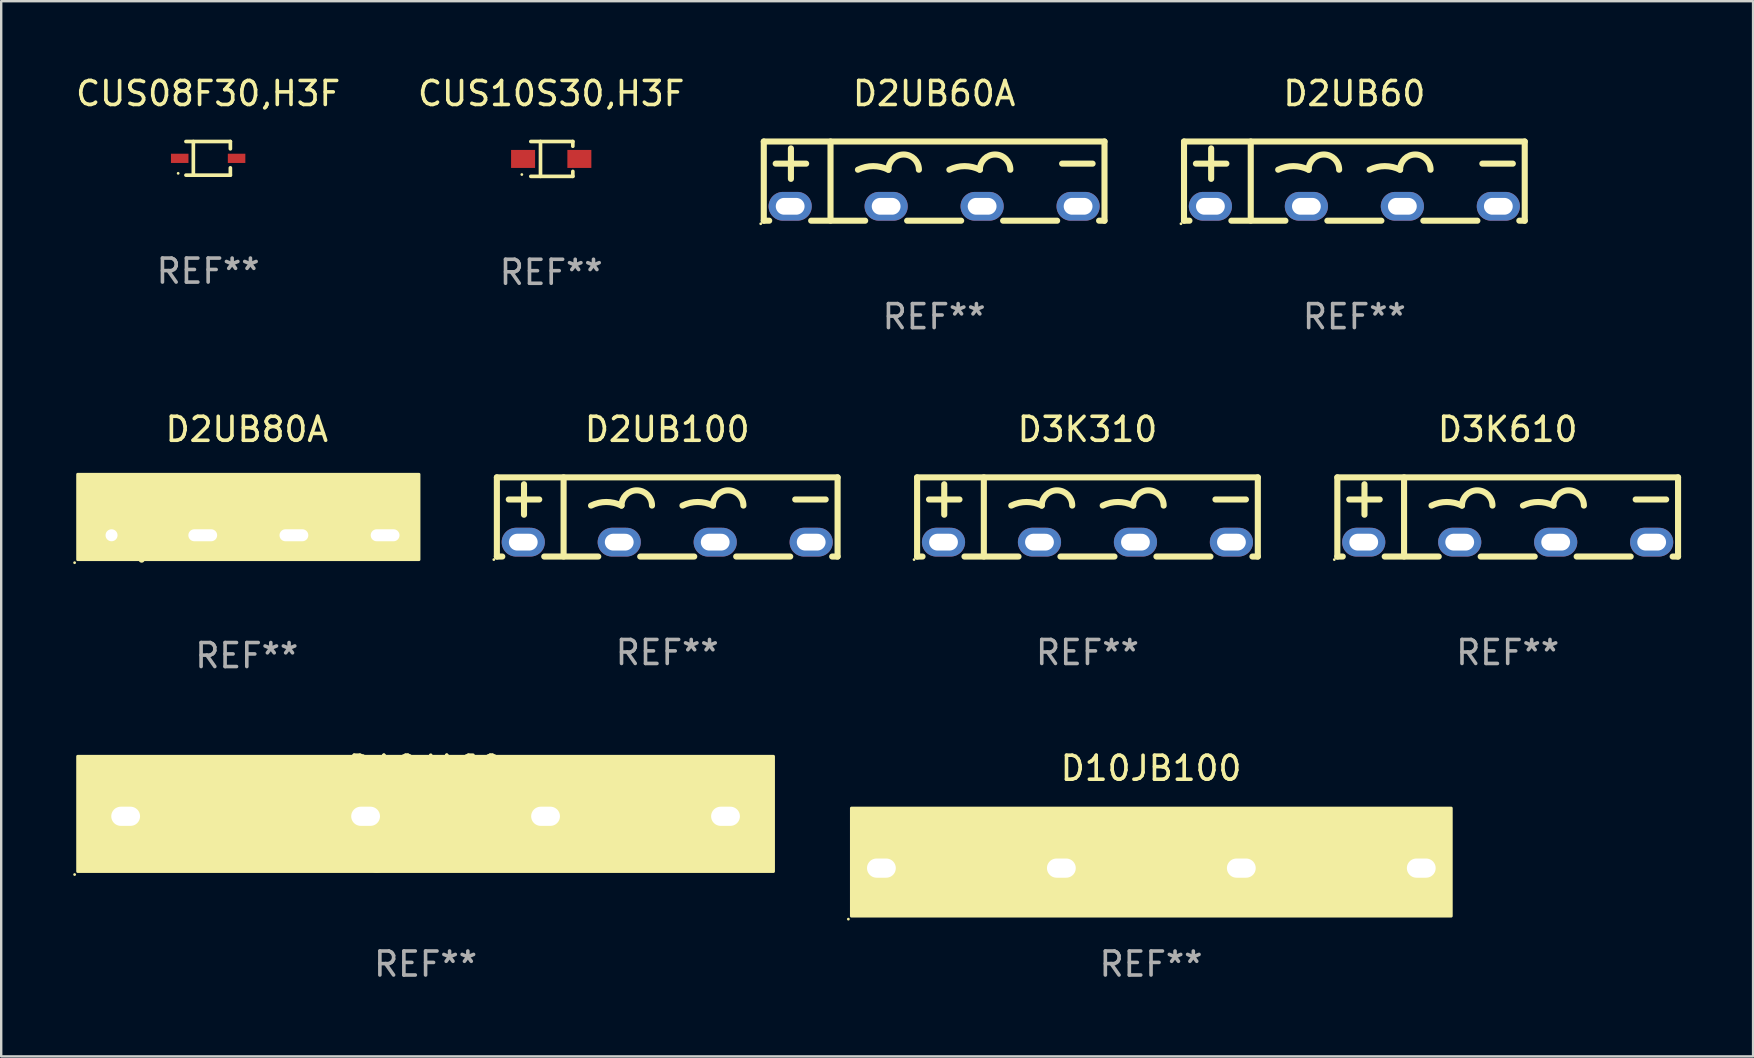
<source format=kicad_pcb>
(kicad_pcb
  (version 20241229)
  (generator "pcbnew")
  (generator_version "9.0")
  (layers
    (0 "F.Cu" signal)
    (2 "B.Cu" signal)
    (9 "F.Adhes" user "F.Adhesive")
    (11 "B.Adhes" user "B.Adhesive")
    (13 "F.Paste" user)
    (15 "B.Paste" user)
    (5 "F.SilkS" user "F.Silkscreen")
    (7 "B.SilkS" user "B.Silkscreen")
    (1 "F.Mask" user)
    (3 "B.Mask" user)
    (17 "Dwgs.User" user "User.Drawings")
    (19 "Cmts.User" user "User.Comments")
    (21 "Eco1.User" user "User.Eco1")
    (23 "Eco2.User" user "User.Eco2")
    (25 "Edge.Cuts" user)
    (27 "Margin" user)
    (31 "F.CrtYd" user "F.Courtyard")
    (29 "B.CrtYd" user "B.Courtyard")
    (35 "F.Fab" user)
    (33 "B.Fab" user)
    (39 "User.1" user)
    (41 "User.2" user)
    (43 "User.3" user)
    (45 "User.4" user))
  (footprint "D10JA60"
    (layer "F.Cu")
    (at 14.687 32.05)
    (property "Reference" "D10JA60" (at 0 -3.08 0) (layer "F.SilkS") (effects (font (size 1 1) (thickness 0.15))))
    (attr through_hole)
    (fp_line (start -13.081 0.445) (end -11.938 0.445) (stroke (width 0.254) (type solid)) (layer "F.SilkS"))
    (fp_line (start -12.509 1.08) (end -12.509 -0.064) (stroke (width 0.254) (type solid)) (layer "F.SilkS"))
    (fp_line (start 11.938 0.699) (end 13.081 0.699) (stroke (width 0.254) (type solid)) (layer "F.SilkS"))
    (fp_arc (start -3.365469 0.666751) (mid -2.920968 0.561819) (end -2.476467 0.666751) (stroke (width 0.254001) (type solid)) (layer "F.SilkS"))
    (fp_arc (start -1.58744 0.698501) (mid -2.031941 1.143002) (end -2.476442 0.698501) (stroke (width 0.254001) (type solid)) (layer "F.SilkS"))
    (fp_arc (start 4.000572 0.571501) (mid 4.445073 0.466569) (end 4.889574 0.571502) (stroke (width 0.254001) (type solid)) (layer "F.SilkS"))
    (fp_arc (start 4.8896 0.603251) (mid 5.3341 0.158751) (end 5.7786 0.603251) (stroke (width 0.254001) (type solid)) (layer "F.SilkS"))
    (fp_circle (center -14.627 1.348) (end -14.597 1.348) (stroke (width 0.06) (type solid)) (fill no) (layer "F.SilkS"))
    (fp_poly (pts (xy -14.5 -3.579) (xy 14.5 -3.579) (xy 14.5 1.221) (xy -14.5 1.221)) (stroke (width 0.12) (type solid)) (fill yes) (layer "F.SilkS"))
    (fp_text user "REF**" (at 0 5.08 0) (layer "F.Fab") (effects (font (size 1 1) (thickness 0.15))))
    (pad "1" thru_hole oval (at -12.5 -1.08) (size 2 1.4) (drill oval 1.2 0.8) (layers "*.Cu" "*.Mask"))
    (pad "2" thru_hole oval (at -2.5 -1.08) (size 2 1.4) (drill oval 1.2 0.8) (layers "*.Cu" "*.Mask"))
    (pad "3" thru_hole oval (at 5 -1.08) (size 2 1.4) (drill oval 1.2 0.8) (layers "*.Cu" "*.Mask"))
    (pad "4" thru_hole oval (at 12.5 -1.08) (size 2 1.4) (drill oval 1.2 0.8) (layers "*.Cu" "*.Mask")))
  (footprint "D2UB80A"
    (layer "F.Cu")
    (at 7.236 18.559)
    (property "Reference" "D2UB80A" (at 0 -3.715 0) (layer "F.SilkS") (effects (font (size 1 1) (thickness 0.15))))
    (attr through_hole)
    (fp_line (start -6.668 -0.826) (end -4.89 -0.826) (stroke (width 0.254) (type solid)) (layer "F.SilkS"))
    (fp_line (start -5.779 -1.588) (end -5.779 -0.064) (stroke (width 0.254) (type solid)) (layer "F.SilkS"))
    (fp_line (start -4.382 -1.715) (end -4.382 1.715) (stroke (width 0.254) (type solid)) (layer "F.SilkS"))
    (fp_line (start 4.89 -0.699) (end 6.668 -0.699) (stroke (width 0.254) (type solid)) (layer "F.SilkS"))
    (fp_arc (start -2.984544 -0.793777) (mid -2.413043 -0.92869) (end -1.841542 -0.793777) (stroke (width 0.254001) (type solid)) (layer "F.SilkS"))
    (fp_arc (start -0.698539 -0.857277) (mid -1.270041 -0.285775) (end -1.841543 -0.857277) (stroke (width 0.254001) (type solid)) (layer "F.SilkS"))
    (fp_arc (start 0.698463 -0.793777) (mid 1.269964 -0.92869) (end 1.841465 -0.793777) (stroke (width 0.254001) (type solid)) (layer "F.SilkS"))
    (fp_arc (start 2.984468 -0.857277) (mid 2.412967 -0.285776) (end 1.841466 -0.857277) (stroke (width 0.254001) (type solid)) (layer "F.SilkS"))
    (fp_circle (center -7.176 1.842) (end -7.146 1.842) (stroke (width 0.06) (type solid)) (fill no) (layer "F.SilkS"))
    (fp_poly (pts (xy -7.049 -1.842) (xy 7.176 -1.842) (xy 7.176 1.715) (xy -7.049 1.715)) (stroke (width 0.12) (type solid)) (fill yes) (layer "F.SilkS"))
    (fp_text user "REF**" (at 0 5.715 0) (layer "F.Fab") (effects (font (size 1 1) (thickness 0.15))))
    (pad "1" thru_hole rect (at -5.637 0.699) (size 2 1) (drill 0.5) (layers "*.Cu" "*.Mask"))
    (pad "2" thru_hole oval (at -1.836 0.699) (size 2 1) (drill oval 1.2 0.5) (layers "*.Cu" "*.Mask"))
    (pad "3" thru_hole oval (at 1.963 0.699) (size 2 1) (drill oval 1.2 0.5) (layers "*.Cu" "*.Mask"))
    (pad "4" thru_hole oval (at 5.764 0.699) (size 2 1) (drill oval 1.2 0.5) (layers "*.Cu" "*.Mask")))
  (footprint "D3K610"
    (layer "F.Cu")
    (at 59.786 18.495)
    (property "Reference" "D3K610" (at 0 -3.65 0) (layer "F.SilkS") (effects (font (size 1 1) (thickness 0.15))))
    (attr through_hole)
    (fp_line (start -7.1 -1.65) (end 7.1 -1.65) (stroke (width 0.254) (type solid)) (layer "F.SilkS"))
    (fp_line (start -7.1 1.65) (end -7.1 -1.65) (stroke (width 0.254) (type solid)) (layer "F.SilkS"))
    (fp_line (start -7.1 1.65) (end -6.874 1.65) (stroke (width 0.254) (type solid)) (layer "F.SilkS"))
    (fp_line (start -6.604 -0.728) (end -5.334 -0.728) (stroke (width 0.254) (type solid)) (layer "F.SilkS"))
    (fp_line (start -5.969 -0.093) (end -5.969 -1.363) (stroke (width 0.254) (type solid)) (layer "F.SilkS"))
    (fp_line (start -5.126 1.65) (end -2.874 1.65) (stroke (width 0.254) (type solid)) (layer "F.SilkS"))
    (fp_line (start -4.319 1.647) (end -4.319 -1.65) (stroke (width 0.254) (type solid)) (layer "F.SilkS"))
    (fp_line (start -1.126 1.65) (end 1.126 1.65) (stroke (width 0.254) (type solid)) (layer "F.SilkS"))
    (fp_line (start 2.874 1.65) (end 5.126 1.65) (stroke (width 0.254) (type solid)) (layer "F.SilkS"))
    (fp_line (start 5.334 -0.728) (end 6.604 -0.728) (stroke (width 0.254) (type solid)) (layer "F.SilkS"))
    (fp_line (start 6.874 1.65) (end 7.1 1.65) (stroke (width 0.254) (type solid)) (layer "F.SilkS"))
    (fp_line (start 7.1 -1.65) (end 7.1 1.65) (stroke (width 0.254) (type solid)) (layer "F.SilkS"))
    (fp_arc (start -3.175006 -0.473965) (mid -2.540005 -0.623868) (end -1.905003 -0.473965) (stroke (width 0.254001) (type solid)) (layer "F.SilkS"))
    (fp_arc (start -1.905005 -0.473965) (mid -1.270003 -1.108967) (end -0.635001 -0.473965) (stroke (width 0.254001) (type solid)) (layer "F.SilkS"))
    (fp_arc (start 0.635001 -0.473965) (mid 1.270003 -0.623869) (end 1.905004 -0.473965) (stroke (width 0.254001) (type solid)) (layer "F.SilkS"))
    (fp_arc (start 1.905004 -0.473965) (mid 2.540005 -1.108966) (end 3.175006 -0.473965) (stroke (width 0.254001) (type solid)) (layer "F.SilkS"))
    (fp_circle (center -7.227 1.777) (end -7.197 1.777) (stroke (width 0.06) (type solid)) (fill no) (layer "F.SilkS"))
    (fp_text user "REF**" (at 0 5.65 0) (layer "F.Fab") (effects (font (size 1 1) (thickness 0.15))))
    (pad "1" thru_hole oval (at -6 1.05) (size 1.8 1.2) (drill oval 1.2 0.7) (layers "*.Cu" "*.Mask"))
    (pad "2" thru_hole oval (at -2 1.05) (size 1.8 1.2) (drill oval 1.2 0.7) (layers "*.Cu" "*.Mask"))
    (pad "3" thru_hole oval (at 2 1.05) (size 1.8 1.2) (drill oval 1.2 0.7) (layers "*.Cu" "*.Mask"))
    (pad "4" thru_hole oval (at 6 1.05) (size 1.8 1.2) (drill oval 1.2 0.7) (layers "*.Cu" "*.Mask")))
  (footprint "CUS08F30,H3F"
    (layer "F.Cu")
    (at 5.625 3.549)
    (property "Reference" "CUS08F30,H3F" (at 0 -2.701 0) (layer "F.SilkS") (effects (font (size 1 1) (thickness 0.15))))
    (attr through_hole)
    (fp_line (start -0.926 -0.701) (end 0.926 -0.701) (stroke (width 0.152) (type solid)) (layer "F.SilkS"))
    (fp_line (start -0.926 0.701) (end 0.926 0.701) (stroke (width 0.152) (type solid)) (layer "F.SilkS"))
    (fp_line (start -0.617 -0.701) (end -0.617 0.701) (stroke (width 0.152) (type solid)) (layer "F.SilkS"))
    (fp_line (start 0.926 -0.701) (end 0.926 -0.396) (stroke (width 0.152) (type solid)) (layer "F.SilkS"))
    (fp_line (start 0.926 0.701) (end 0.926 0.396) (stroke (width 0.152) (type solid)) (layer "F.SilkS"))
    (fp_circle (center -1.25 0.625) (end -1.22 0.625) (stroke (width 0.06) (type solid)) (fill no) (layer "F.SilkS"))
    (fp_text user "REF**" (at 0 4.701 0) (layer "F.Fab") (effects (font (size 1 1) (thickness 0.15))))
    (pad "1" smd rect (at -1.185 0 180) (size 0.73 0.385) (layers "F.Cu" "F.Mask" "F.Paste"))
    (pad "2" smd rect (at 1.185 0 180) (size 0.73 0.385) (layers "F.Cu" "F.Mask" "F.Paste")))
  (footprint "D3K310"
    (layer "F.Cu")
    (at 42.272 18.495)
    (property "Reference" "D3K310" (at 0 -3.65 0) (layer "F.SilkS") (effects (font (size 1 1) (thickness 0.15))))
    (attr through_hole)
    (fp_line (start -7.1 -1.65) (end 7.1 -1.65) (stroke (width 0.254) (type solid)) (layer "F.SilkS"))
    (fp_line (start -7.1 1.65) (end -7.1 -1.65) (stroke (width 0.254) (type solid)) (layer "F.SilkS"))
    (fp_line (start -7.1 1.65) (end -6.874 1.65) (stroke (width 0.254) (type solid)) (layer "F.SilkS"))
    (fp_line (start -6.604 -0.728) (end -5.334 -0.728) (stroke (width 0.254) (type solid)) (layer "F.SilkS"))
    (fp_line (start -5.969 -0.093) (end -5.969 -1.363) (stroke (width 0.254) (type solid)) (layer "F.SilkS"))
    (fp_line (start -5.126 1.65) (end -2.874 1.65) (stroke (width 0.254) (type solid)) (layer "F.SilkS"))
    (fp_line (start -4.319 1.647) (end -4.319 -1.65) (stroke (width 0.254) (type solid)) (layer "F.SilkS"))
    (fp_line (start -1.126 1.65) (end 1.126 1.65) (stroke (width 0.254) (type solid)) (layer "F.SilkS"))
    (fp_line (start 2.874 1.65) (end 5.126 1.65) (stroke (width 0.254) (type solid)) (layer "F.SilkS"))
    (fp_line (start 5.334 -0.728) (end 6.604 -0.728) (stroke (width 0.254) (type solid)) (layer "F.SilkS"))
    (fp_line (start 6.874 1.65) (end 7.1 1.65) (stroke (width 0.254) (type solid)) (layer "F.SilkS"))
    (fp_line (start 7.1 -1.65) (end 7.1 1.65) (stroke (width 0.254) (type solid)) (layer "F.SilkS"))
    (fp_arc (start -3.175006 -0.473965) (mid -2.540005 -0.623868) (end -1.905003 -0.473965) (stroke (width 0.254001) (type solid)) (layer "F.SilkS"))
    (fp_arc (start -1.905005 -0.473965) (mid -1.270003 -1.108967) (end -0.635001 -0.473965) (stroke (width 0.254001) (type solid)) (layer "F.SilkS"))
    (fp_arc (start 0.635001 -0.473965) (mid 1.270003 -0.623869) (end 1.905004 -0.473965) (stroke (width 0.254001) (type solid)) (layer "F.SilkS"))
    (fp_arc (start 1.905004 -0.473965) (mid 2.540005 -1.108966) (end 3.175006 -0.473965) (stroke (width 0.254001) (type solid)) (layer "F.SilkS"))
    (fp_circle (center -7.227 1.777) (end -7.197 1.777) (stroke (width 0.06) (type solid)) (fill no) (layer "F.SilkS"))
    (fp_text user "REF**" (at 0 5.65 0) (layer "F.Fab") (effects (font (size 1 1) (thickness 0.15))))
    (pad "1" thru_hole oval (at -6 1.05) (size 1.8 1.2) (drill oval 1.2 0.7) (layers "*.Cu" "*.Mask"))
    (pad "2" thru_hole oval (at -2 1.05) (size 1.8 1.2) (drill oval 1.2 0.7) (layers "*.Cu" "*.Mask"))
    (pad "3" thru_hole oval (at 2 1.05) (size 1.8 1.2) (drill oval 1.2 0.7) (layers "*.Cu" "*.Mask"))
    (pad "4" thru_hole oval (at 6 1.05) (size 1.8 1.2) (drill oval 1.2 0.7) (layers "*.Cu" "*.Mask")))
  (footprint "D2UB60A"
    (layer "F.Cu")
    (at 35.882 4.498)
    (property "Reference" "D2UB60A" (at 0 -3.65 0) (layer "F.SilkS") (effects (font (size 1 1) (thickness 0.15))))
    (attr through_hole)
    (fp_line (start -7.1 -1.65) (end 7.1 -1.65) (stroke (width 0.254) (type solid)) (layer "F.SilkS"))
    (fp_line (start -7.1 1.65) (end -7.1 -1.65) (stroke (width 0.254) (type solid)) (layer "F.SilkS"))
    (fp_line (start -7.1 1.65) (end -6.874 1.65) (stroke (width 0.254) (type solid)) (layer "F.SilkS"))
    (fp_line (start -6.604 -0.728) (end -5.334 -0.728) (stroke (width 0.254) (type solid)) (layer "F.SilkS"))
    (fp_line (start -5.969 -0.093) (end -5.969 -1.363) (stroke (width 0.254) (type solid)) (layer "F.SilkS"))
    (fp_line (start -5.126 1.65) (end -2.874 1.65) (stroke (width 0.254) (type solid)) (layer "F.SilkS"))
    (fp_line (start -4.319 1.647) (end -4.319 -1.65) (stroke (width 0.254) (type solid)) (layer "F.SilkS"))
    (fp_line (start -1.126 1.65) (end 1.126 1.65) (stroke (width 0.254) (type solid)) (layer "F.SilkS"))
    (fp_line (start 2.874 1.65) (end 5.126 1.65) (stroke (width 0.254) (type solid)) (layer "F.SilkS"))
    (fp_line (start 5.334 -0.728) (end 6.604 -0.728) (stroke (width 0.254) (type solid)) (layer "F.SilkS"))
    (fp_line (start 6.874 1.65) (end 7.1 1.65) (stroke (width 0.254) (type solid)) (layer "F.SilkS"))
    (fp_line (start 7.1 -1.65) (end 7.1 1.65) (stroke (width 0.254) (type solid)) (layer "F.SilkS"))
    (fp_arc (start -3.175006 -0.473965) (mid -2.540005 -0.623868) (end -1.905003 -0.473965) (stroke (width 0.254001) (type solid)) (layer "F.SilkS"))
    (fp_arc (start -1.905005 -0.473965) (mid -1.270003 -1.108967) (end -0.635001 -0.473965) (stroke (width 0.254001) (type solid)) (layer "F.SilkS"))
    (fp_arc (start 0.635001 -0.473965) (mid 1.270003 -0.623869) (end 1.905004 -0.473965) (stroke (width 0.254001) (type solid)) (layer "F.SilkS"))
    (fp_arc (start 1.905004 -0.473965) (mid 2.540005 -1.108966) (end 3.175006 -0.473965) (stroke (width 0.254001) (type solid)) (layer "F.SilkS"))
    (fp_circle (center -7.227 1.777) (end -7.197 1.777) (stroke (width 0.06) (type solid)) (fill no) (layer "F.SilkS"))
    (fp_text user "REF**" (at 0 5.65 0) (layer "F.Fab") (effects (font (size 1 1) (thickness 0.15))))
    (pad "1" thru_hole oval (at -6 1.05) (size 1.8 1.2) (drill oval 1.2 0.7) (layers "*.Cu" "*.Mask"))
    (pad "2" thru_hole oval (at -2 1.05) (size 1.8 1.2) (drill oval 1.2 0.7) (layers "*.Cu" "*.Mask"))
    (pad "3" thru_hole oval (at 2 1.05) (size 1.8 1.2) (drill oval 1.2 0.7) (layers "*.Cu" "*.Mask"))
    (pad "4" thru_hole oval (at 6 1.05) (size 1.8 1.2) (drill oval 1.2 0.7) (layers "*.Cu" "*.Mask")))
  (footprint "D2UB60"
    (layer "F.Cu")
    (at 53.396 4.498)
    (property "Reference" "D2UB60" (at 0 -3.65 0) (layer "F.SilkS") (effects (font (size 1 1) (thickness 0.15))))
    (attr through_hole)
    (fp_line (start -7.1 -1.65) (end 7.1 -1.65) (stroke (width 0.254) (type solid)) (layer "F.SilkS"))
    (fp_line (start -7.1 1.65) (end -7.1 -1.65) (stroke (width 0.254) (type solid)) (layer "F.SilkS"))
    (fp_line (start -7.1 1.65) (end -6.874 1.65) (stroke (width 0.254) (type solid)) (layer "F.SilkS"))
    (fp_line (start -6.604 -0.728) (end -5.334 -0.728) (stroke (width 0.254) (type solid)) (layer "F.SilkS"))
    (fp_line (start -5.969 -0.093) (end -5.969 -1.363) (stroke (width 0.254) (type solid)) (layer "F.SilkS"))
    (fp_line (start -5.126 1.65) (end -2.874 1.65) (stroke (width 0.254) (type solid)) (layer "F.SilkS"))
    (fp_line (start -4.319 1.647) (end -4.319 -1.65) (stroke (width 0.254) (type solid)) (layer "F.SilkS"))
    (fp_line (start -1.126 1.65) (end 1.126 1.65) (stroke (width 0.254) (type solid)) (layer "F.SilkS"))
    (fp_line (start 2.874 1.65) (end 5.126 1.65) (stroke (width 0.254) (type solid)) (layer "F.SilkS"))
    (fp_line (start 5.334 -0.728) (end 6.604 -0.728) (stroke (width 0.254) (type solid)) (layer "F.SilkS"))
    (fp_line (start 6.874 1.65) (end 7.1 1.65) (stroke (width 0.254) (type solid)) (layer "F.SilkS"))
    (fp_line (start 7.1 -1.65) (end 7.1 1.65) (stroke (width 0.254) (type solid)) (layer "F.SilkS"))
    (fp_arc (start -3.175006 -0.473965) (mid -2.540005 -0.623868) (end -1.905003 -0.473965) (stroke (width 0.254001) (type solid)) (layer "F.SilkS"))
    (fp_arc (start -1.905005 -0.473965) (mid -1.270003 -1.108967) (end -0.635001 -0.473965) (stroke (width 0.254001) (type solid)) (layer "F.SilkS"))
    (fp_arc (start 0.635001 -0.473965) (mid 1.270003 -0.623869) (end 1.905004 -0.473965) (stroke (width 0.254001) (type solid)) (layer "F.SilkS"))
    (fp_arc (start 1.905004 -0.473965) (mid 2.540005 -1.108966) (end 3.175006 -0.473965) (stroke (width 0.254001) (type solid)) (layer "F.SilkS"))
    (fp_circle (center -7.227 1.777) (end -7.197 1.777) (stroke (width 0.06) (type solid)) (fill no) (layer "F.SilkS"))
    (fp_text user "REF**" (at 0 5.65 0) (layer "F.Fab") (effects (font (size 1 1) (thickness 0.15))))
    (pad "1" thru_hole oval (at -6 1.05) (size 1.8 1.2) (drill oval 1.2 0.7) (layers "*.Cu" "*.Mask"))
    (pad "2" thru_hole oval (at -2 1.05) (size 1.8 1.2) (drill oval 1.2 0.7) (layers "*.Cu" "*.Mask"))
    (pad "3" thru_hole oval (at 2 1.05) (size 1.8 1.2) (drill oval 1.2 0.7) (layers "*.Cu" "*.Mask"))
    (pad "4" thru_hole oval (at 6 1.05) (size 1.8 1.2) (drill oval 1.2 0.7) (layers "*.Cu" "*.Mask")))
  (footprint "D2UB100"
    (layer "F.Cu")
    (at 24.758 18.495)
    (property "Reference" "D2UB100" (at 0 -3.65 0) (layer "F.SilkS") (effects (font (size 1 1) (thickness 0.15))))
    (attr through_hole)
    (fp_line (start -7.1 -1.65) (end 7.1 -1.65) (stroke (width 0.254) (type solid)) (layer "F.SilkS"))
    (fp_line (start -7.1 1.65) (end -7.1 -1.65) (stroke (width 0.254) (type solid)) (layer "F.SilkS"))
    (fp_line (start -7.1 1.65) (end -6.874 1.65) (stroke (width 0.254) (type solid)) (layer "F.SilkS"))
    (fp_line (start -6.604 -0.728) (end -5.334 -0.728) (stroke (width 0.254) (type solid)) (layer "F.SilkS"))
    (fp_line (start -5.969 -0.093) (end -5.969 -1.363) (stroke (width 0.254) (type solid)) (layer "F.SilkS"))
    (fp_line (start -5.126 1.65) (end -2.874 1.65) (stroke (width 0.254) (type solid)) (layer "F.SilkS"))
    (fp_line (start -4.319 1.647) (end -4.319 -1.65) (stroke (width 0.254) (type solid)) (layer "F.SilkS"))
    (fp_line (start -1.126 1.65) (end 1.126 1.65) (stroke (width 0.254) (type solid)) (layer "F.SilkS"))
    (fp_line (start 2.874 1.65) (end 5.126 1.65) (stroke (width 0.254) (type solid)) (layer "F.SilkS"))
    (fp_line (start 5.334 -0.728) (end 6.604 -0.728) (stroke (width 0.254) (type solid)) (layer "F.SilkS"))
    (fp_line (start 6.874 1.65) (end 7.1 1.65) (stroke (width 0.254) (type solid)) (layer "F.SilkS"))
    (fp_line (start 7.1 -1.65) (end 7.1 1.65) (stroke (width 0.254) (type solid)) (layer "F.SilkS"))
    (fp_arc (start -3.175006 -0.473965) (mid -2.540005 -0.623868) (end -1.905003 -0.473965) (stroke (width 0.254001) (type solid)) (layer "F.SilkS"))
    (fp_arc (start -1.905005 -0.473965) (mid -1.270003 -1.108967) (end -0.635001 -0.473965) (stroke (width 0.254001) (type solid)) (layer "F.SilkS"))
    (fp_arc (start 0.635001 -0.473965) (mid 1.270003 -0.623869) (end 1.905004 -0.473965) (stroke (width 0.254001) (type solid)) (layer "F.SilkS"))
    (fp_arc (start 1.905004 -0.473965) (mid 2.540005 -1.108966) (end 3.175006 -0.473965) (stroke (width 0.254001) (type solid)) (layer "F.SilkS"))
    (fp_circle (center -7.227 1.777) (end -7.197 1.777) (stroke (width 0.06) (type solid)) (fill no) (layer "F.SilkS"))
    (fp_text user "REF**" (at 0 5.65 0) (layer "F.Fab") (effects (font (size 1 1) (thickness 0.15))))
    (pad "1" thru_hole oval (at -6 1.05) (size 1.8 1.2) (drill oval 1.2 0.7) (layers "*.Cu" "*.Mask"))
    (pad "2" thru_hole oval (at -2 1.05) (size 1.8 1.2) (drill oval 1.2 0.7) (layers "*.Cu" "*.Mask"))
    (pad "3" thru_hole oval (at 2 1.05) (size 1.8 1.2) (drill oval 1.2 0.7) (layers "*.Cu" "*.Mask"))
    (pad "4" thru_hole oval (at 6 1.05) (size 1.8 1.2) (drill oval 1.2 0.7) (layers "*.Cu" "*.Mask")))
  (footprint "CUS10S30,H3F"
    (layer "F.Cu")
    (at 19.923 3.574)
    (property "Reference" "CUS10S30,H3F" (at 0 -2.726 0) (layer "F.SilkS") (effects (font (size 1 1) (thickness 0.15))))
    (attr through_hole)
    (fp_line (start -0.851 -0.726) (end 0.901 -0.726) (stroke (width 0.152) (type solid)) (layer "F.SilkS"))
    (fp_line (start -0.851 0.726) (end 0.901 0.726) (stroke (width 0.152) (type solid)) (layer "F.SilkS"))
    (fp_line (start -0.447 -0.726) (end -0.447 0.726) (stroke (width 0.152) (type solid)) (layer "F.SilkS"))
    (fp_line (start 0.901 -0.726) (end 0.901 -0.53) (stroke (width 0.152) (type solid)) (layer "F.SilkS"))
    (fp_line (start 0.901 0.726) (end 0.901 0.52) (stroke (width 0.152) (type solid)) (layer "F.SilkS"))
    (fp_circle (center -1.225 0.65) (end -1.195 0.65) (stroke (width 0.06) (type solid)) (fill no) (layer "F.SilkS"))
    (fp_text user "REF**" (at 0 4.726 0) (layer "F.Fab") (effects (font (size 1 1) (thickness 0.15))))
    (pad "1" smd rect (at -1.173 0) (size 1 0.75) (layers "F.Cu" "F.Mask" "F.Paste"))
    (pad "2" smd rect (at 1.173 0) (size 1 0.75) (layers "F.Cu" "F.Mask" "F.Paste")))
  (footprint "D10JB100"
    (layer "F.Cu")
    (at 44.922 32.05)
    (property "Reference" "D10JB100" (at 0 -3.08 0) (layer "F.SilkS") (effects (font (size 1 1) (thickness 0.15))))
    (attr through_hole)
    (fp_line (start -11.823 -0.572) (end -10.68 -0.572) (stroke (width 0.254) (type solid)) (layer "F.SilkS"))
    (fp_line (start -11.251 0.064) (end -11.251 -1.08) (stroke (width 0.254) (type solid)) (layer "F.SilkS"))
    (fp_line (start 10.68 -0.445) (end 11.823 -0.445) (stroke (width 0.254) (type solid)) (layer "F.SilkS"))
    (fp_arc (start -4.623698 -0.476251) (mid -4.179197 -0.581183) (end -3.734696 -0.476251) (stroke (width 0.254001) (type solid)) (layer "F.SilkS"))
    (fp_arc (start -2.845669 -0.444501) (mid -3.29017 0) (end -3.734671 -0.444501) (stroke (width 0.254001) (type solid)) (layer "F.SilkS"))
    (fp_arc (start 2.742342 -0.571501) (mid 3.186843 -0.676433) (end 3.631344 -0.571501) (stroke (width 0.254001) (type solid)) (layer "F.SilkS"))
    (fp_arc (start 3.631369 -0.539751) (mid 4.07587 -0.984252) (end 4.520371 -0.539751) (stroke (width 0.254001) (type solid)) (layer "F.SilkS"))
    (fp_circle (center -12.615 3.207) (end -12.585 3.207) (stroke (width 0.06) (type solid)) (fill no) (layer "F.SilkS"))
    (fp_poly (pts (xy -12.488 -1.42) (xy 12.512 -1.42) (xy 12.512 3.08) (xy -12.488 3.08)) (stroke (width 0.12) (type solid)) (fill yes) (layer "F.SilkS"))
    (fp_text user "REF**" (at 0 5.08 0) (layer "F.Fab") (effects (font (size 1 1) (thickness 0.15))))
    (pad "1" thru_hole oval (at -11.238 1.08) (size 2 1.4) (drill oval 1.2 0.8) (layers "*.Cu" "*.Mask"))
    (pad "2" thru_hole oval (at -3.738 1.08) (size 2 1.4) (drill oval 1.2 0.8) (layers "*.Cu" "*.Mask"))
    (pad "3" thru_hole oval (at 3.762 1.08) (size 2 1.4) (drill oval 1.2 0.8) (layers "*.Cu" "*.Mask"))
    (pad "4" thru_hole oval (at 11.262 1.08) (size 2 1.4) (drill oval 1.2 0.8) (layers "*.Cu" "*.Mask")))
  (gr_rect
    (start -3 -3)
    (end 70.013 40.977)
    (stroke (width 0.1) (type default))
    (fill no)
    (layer "Edge.Cuts")))
</source>
